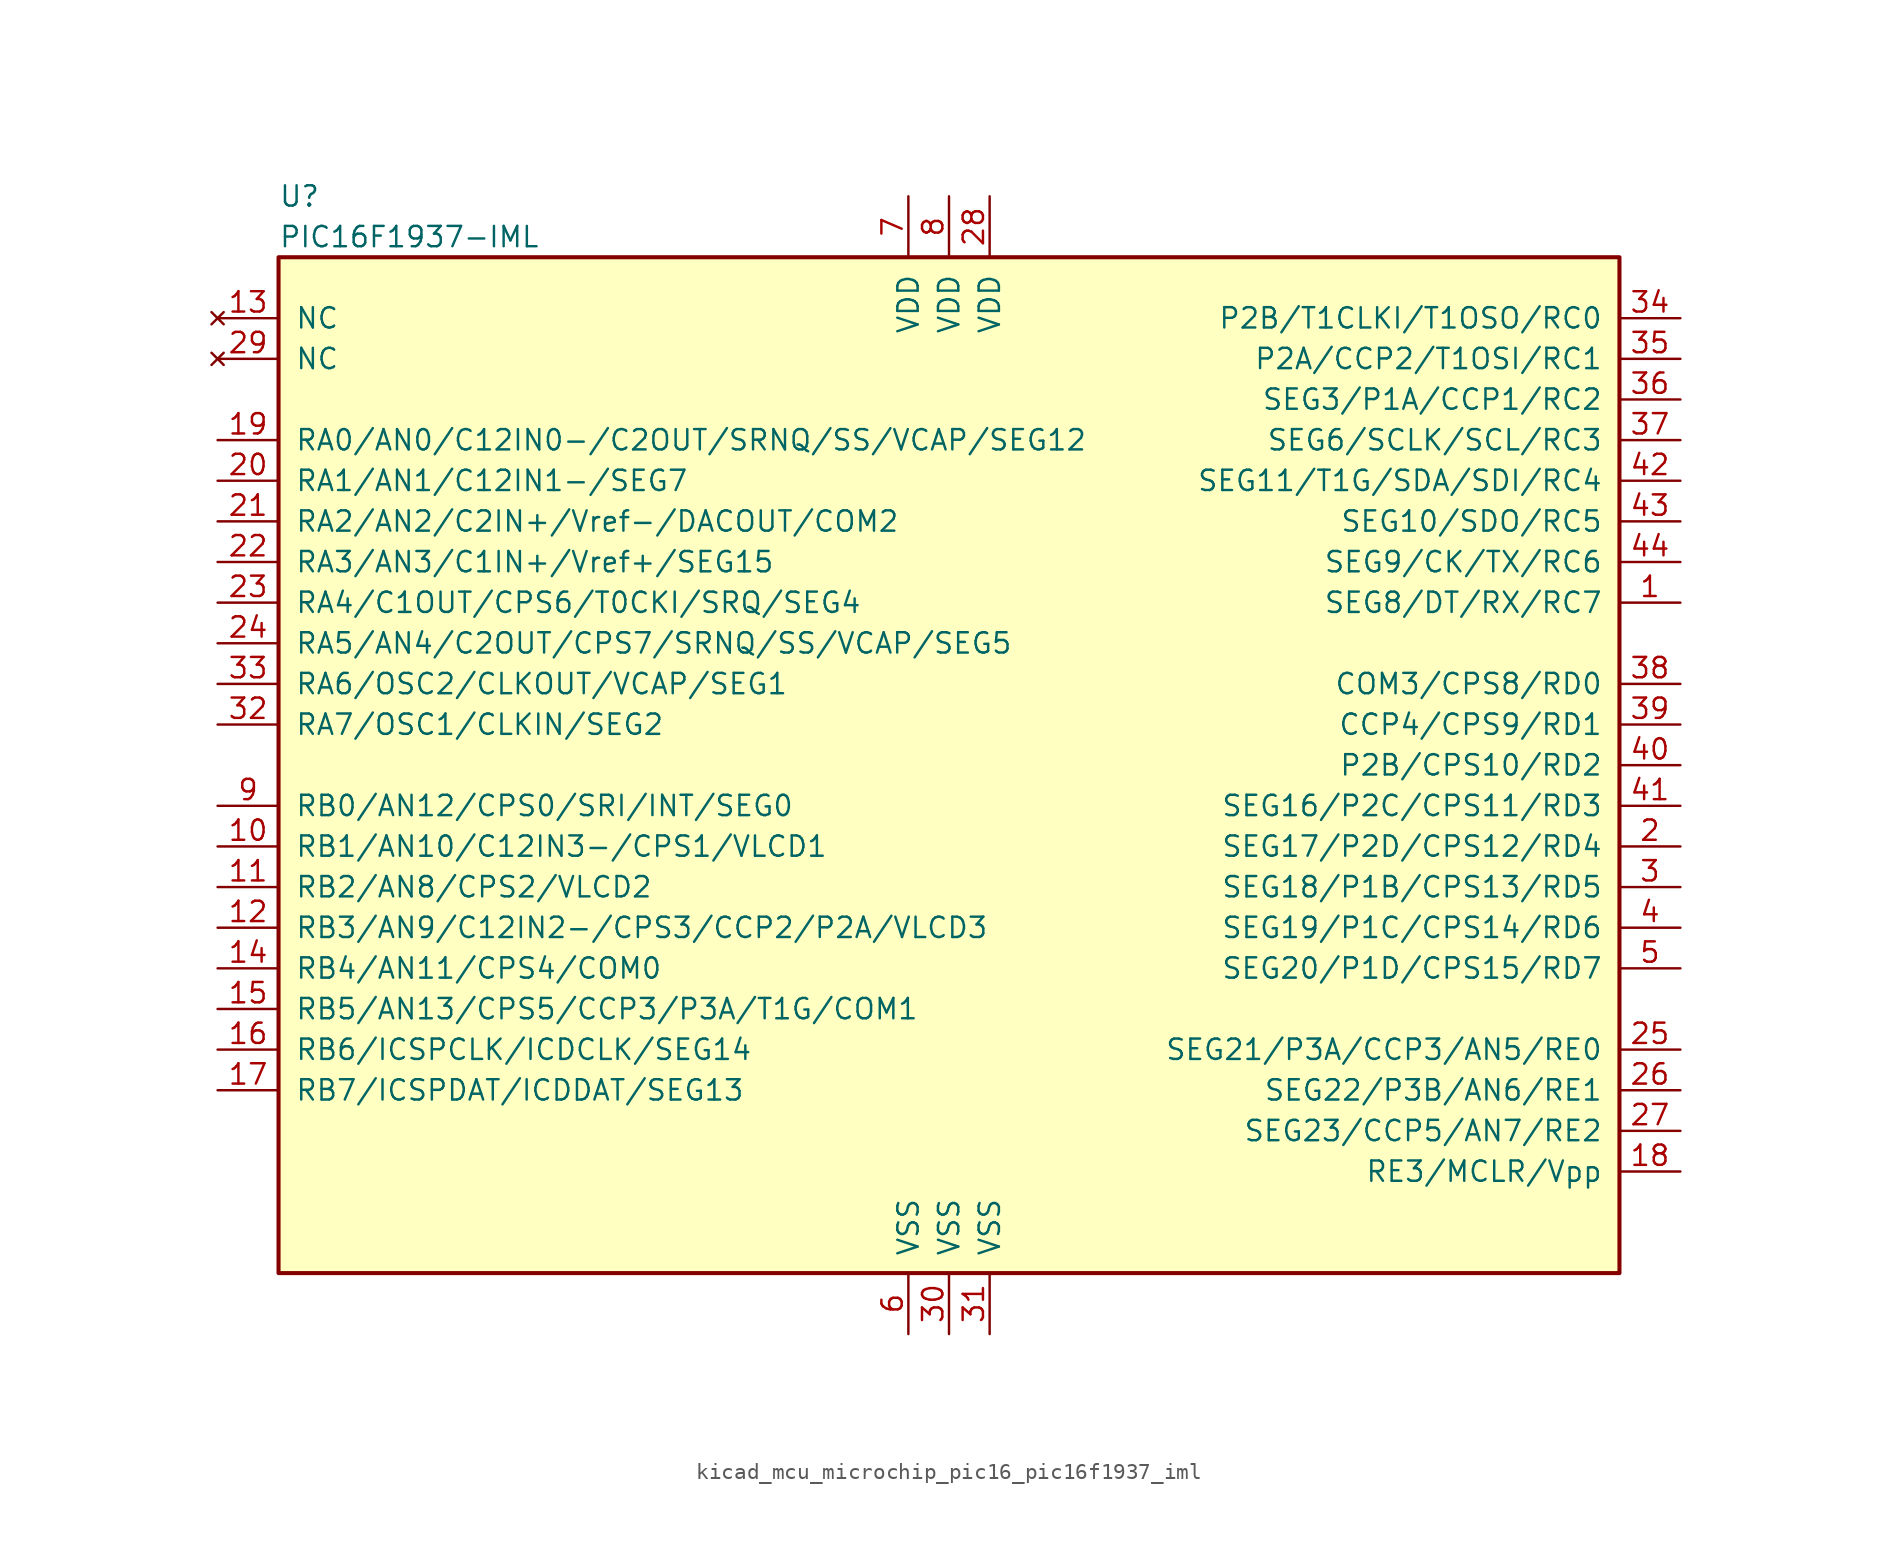
<source format=kicad_sym>
(kicad_symbol_lib
  (version 20220914)
  (generator kicad_symbol_editor)
  (symbol "kicad_mcu_microchip_pic16_pic16f1937_iml"
    (pin_names
      (offset 1.016))
    (property "Reference" "U"
      (at -41.91 35.56 0)
      (effects (font (size 1.27 1.27)) (justify left)))
    (property "Value" "PIC16F1937-IML"
      (at -41.91 33.02 0)
      (effects (font (size 1.27 1.27)) (justify left)))
    (symbol "kicad_mcu_microchip_pic16_pic16f1937_iml_0_1"
      (rectangle (start -41.91 31.75) (end 41.91 -31.75) (stroke (width 0.254) (type default)) (fill (type background))))
    (symbol "kicad_mcu_microchip_pic16_pic16f1937_iml_1_1"
      (pin bidirectional line (at 45.72 10.16 180) (length 3.81) (name "SEG8/DT/RX/RC7" (effects (font (size 1.27 1.27)))) (number "1" (effects (font (size 1.27 1.27)))))
      (pin bidirectional line (at -45.72 -5.08 0) (length 3.81) (name "RB1/AN10/C12IN3-/CPS1/VLCD1" (effects (font (size 1.27 1.27)))) (number "10" (effects (font (size 1.27 1.27)))))
      (pin bidirectional line (at -45.72 -7.62 0) (length 3.81) (name "RB2/AN8/CPS2/VLCD2" (effects (font (size 1.27 1.27)))) (number "11" (effects (font (size 1.27 1.27)))))
      (pin bidirectional line (at -45.72 -10.16 0) (length 3.81) (name "RB3/AN9/C12IN2-/CPS3/CCP2/P2A/VLCD3" (effects (font (size 1.27 1.27)))) (number "12" (effects (font (size 1.27 1.27)))))
      (pin no_connect line (at -45.72 27.94 0) (length 3.81) (name "NC" (effects (font (size 1.27 1.27)))) (number "13" (effects (font (size 1.27 1.27)))))
      (pin bidirectional line (at -45.72 -12.7 0) (length 3.81) (name "RB4/AN11/CPS4/COM0" (effects (font (size 1.27 1.27)))) (number "14" (effects (font (size 1.27 1.27)))))
      (pin bidirectional line (at -45.72 -15.24 0) (length 3.81) (name "RB5/AN13/CPS5/CCP3/P3A/T1G/COM1" (effects (font (size 1.27 1.27)))) (number "15" (effects (font (size 1.27 1.27)))))
      (pin bidirectional line (at -45.72 -17.78 0) (length 3.81) (name "RB6/ICSPCLK/ICDCLK/SEG14" (effects (font (size 1.27 1.27)))) (number "16" (effects (font (size 1.27 1.27)))))
      (pin bidirectional line (at -45.72 -20.32 0) (length 3.81) (name "RB7/ICSPDAT/ICDDAT/SEG13" (effects (font (size 1.27 1.27)))) (number "17" (effects (font (size 1.27 1.27)))))
      (pin bidirectional line (at 45.72 -25.4 180) (length 3.81) (name "RE3/MCLR/Vpp" (effects (font (size 1.27 1.27)))) (number "18" (effects (font (size 1.27 1.27)))))
      (pin bidirectional line (at -45.72 20.32 0) (length 3.81) (name "RA0/AN0/C12IN0-/C2OUT/SRNQ/SS/VCAP/SEG12" (effects (font (size 1.27 1.27)))) (number "19" (effects (font (size 1.27 1.27)))))
      (pin bidirectional line (at 45.72 -5.08 180) (length 3.81) (name "SEG17/P2D/CPS12/RD4" (effects (font (size 1.27 1.27)))) (number "2" (effects (font (size 1.27 1.27)))))
      (pin bidirectional line (at -45.72 17.78 0) (length 3.81) (name "RA1/AN1/C12IN1-/SEG7" (effects (font (size 1.27 1.27)))) (number "20" (effects (font (size 1.27 1.27)))))
      (pin bidirectional line (at -45.72 15.24 0) (length 3.81) (name "RA2/AN2/C2IN+/Vref-/DACOUT/COM2" (effects (font (size 1.27 1.27)))) (number "21" (effects (font (size 1.27 1.27)))))
      (pin bidirectional line (at -45.72 12.7 0) (length 3.81) (name "RA3/AN3/C1IN+/Vref+/SEG15" (effects (font (size 1.27 1.27)))) (number "22" (effects (font (size 1.27 1.27)))))
      (pin bidirectional line (at -45.72 10.16 0) (length 3.81) (name "RA4/C1OUT/CPS6/T0CKI/SRQ/SEG4" (effects (font (size 1.27 1.27)))) (number "23" (effects (font (size 1.27 1.27)))))
      (pin bidirectional line (at -45.72 7.62 0) (length 3.81) (name "RA5/AN4/C2OUT/CPS7/SRNQ/SS/VCAP/SEG5" (effects (font (size 1.27 1.27)))) (number "24" (effects (font (size 1.27 1.27)))))
      (pin bidirectional line (at 45.72 -17.78 180) (length 3.81) (name "SEG21/P3A/CCP3/AN5/RE0" (effects (font (size 1.27 1.27)))) (number "25" (effects (font (size 1.27 1.27)))))
      (pin bidirectional line (at 45.72 -20.32 180) (length 3.81) (name "SEG22/P3B/AN6/RE1" (effects (font (size 1.27 1.27)))) (number "26" (effects (font (size 1.27 1.27)))))
      (pin bidirectional line (at 45.72 -22.86 180) (length 3.81) (name "SEG23/CCP5/AN7/RE2" (effects (font (size 1.27 1.27)))) (number "27" (effects (font (size 1.27 1.27)))))
      (pin power_in line (at 2.54 35.56 270) (length 3.81) (name "VDD" (effects (font (size 1.27 1.27)))) (number "28" (effects (font (size 1.27 1.27)))))
      (pin no_connect line (at -45.72 25.4 0) (length 3.81) (name "NC" (effects (font (size 1.27 1.27)))) (number "29" (effects (font (size 1.27 1.27)))))
      (pin bidirectional line (at 45.72 -7.62 180) (length 3.81) (name "SEG18/P1B/CPS13/RD5" (effects (font (size 1.27 1.27)))) (number "3" (effects (font (size 1.27 1.27)))))
      (pin power_in line (at 0 -35.56 90) (length 3.81) (name "VSS" (effects (font (size 1.27 1.27)))) (number "30" (effects (font (size 1.27 1.27)))))
      (pin power_in line (at 2.54 -35.56 90) (length 3.81) (name "VSS" (effects (font (size 1.27 1.27)))) (number "31" (effects (font (size 1.27 1.27)))))
      (pin bidirectional line (at -45.72 2.54 0) (length 3.81) (name "RA7/OSC1/CLKIN/SEG2" (effects (font (size 1.27 1.27)))) (number "32" (effects (font (size 1.27 1.27)))))
      (pin bidirectional line (at -45.72 5.08 0) (length 3.81) (name "RA6/OSC2/CLKOUT/VCAP/SEG1" (effects (font (size 1.27 1.27)))) (number "33" (effects (font (size 1.27 1.27)))))
      (pin bidirectional line (at 45.72 27.94 180) (length 3.81) (name "P2B/T1CLKI/T1OSO/RC0" (effects (font (size 1.27 1.27)))) (number "34" (effects (font (size 1.27 1.27)))))
      (pin bidirectional line (at 45.72 25.4 180) (length 3.81) (name "P2A/CCP2/T1OSI/RC1" (effects (font (size 1.27 1.27)))) (number "35" (effects (font (size 1.27 1.27)))))
      (pin bidirectional line (at 45.72 22.86 180) (length 3.81) (name "SEG3/P1A/CCP1/RC2" (effects (font (size 1.27 1.27)))) (number "36" (effects (font (size 1.27 1.27)))))
      (pin bidirectional line (at 45.72 20.32 180) (length 3.81) (name "SEG6/SCLK/SCL/RC3" (effects (font (size 1.27 1.27)))) (number "37" (effects (font (size 1.27 1.27)))))
      (pin bidirectional line (at 45.72 5.08 180) (length 3.81) (name "COM3/CPS8/RD0" (effects (font (size 1.27 1.27)))) (number "38" (effects (font (size 1.27 1.27)))))
      (pin bidirectional line (at 45.72 2.54 180) (length 3.81) (name "CCP4/CPS9/RD1" (effects (font (size 1.27 1.27)))) (number "39" (effects (font (size 1.27 1.27)))))
      (pin bidirectional line (at 45.72 -10.16 180) (length 3.81) (name "SEG19/P1C/CPS14/RD6" (effects (font (size 1.27 1.27)))) (number "4" (effects (font (size 1.27 1.27)))))
      (pin bidirectional line (at 45.72 0 180) (length 3.81) (name "P2B/CPS10/RD2" (effects (font (size 1.27 1.27)))) (number "40" (effects (font (size 1.27 1.27)))))
      (pin bidirectional line (at 45.72 -2.54 180) (length 3.81) (name "SEG16/P2C/CPS11/RD3" (effects (font (size 1.27 1.27)))) (number "41" (effects (font (size 1.27 1.27)))))
      (pin bidirectional line (at 45.72 17.78 180) (length 3.81) (name "SEG11/T1G/SDA/SDI/RC4" (effects (font (size 1.27 1.27)))) (number "42" (effects (font (size 1.27 1.27)))))
      (pin bidirectional line (at 45.72 15.24 180) (length 3.81) (name "SEG10/SDO/RC5" (effects (font (size 1.27 1.27)))) (number "43" (effects (font (size 1.27 1.27)))))
      (pin bidirectional line (at 45.72 12.7 180) (length 3.81) (name "SEG9/CK/TX/RC6" (effects (font (size 1.27 1.27)))) (number "44" (effects (font (size 1.27 1.27)))))
      (pin bidirectional line (at 45.72 -12.7 180) (length 3.81) (name "SEG20/P1D/CPS15/RD7" (effects (font (size 1.27 1.27)))) (number "5" (effects (font (size 1.27 1.27)))))
      (pin bidirectional line (at -2.54 -35.56 90) (length 3.81) (name "VSS" (effects (font (size 1.27 1.27)))) (number "6" (effects (font (size 1.27 1.27)))))
      (pin bidirectional line (at -2.54 35.56 270) (length 3.81) (name "VDD" (effects (font (size 1.27 1.27)))) (number "7" (effects (font (size 1.27 1.27)))))
      (pin bidirectional line (at 0 35.56 270) (length 3.81) (name "VDD" (effects (font (size 1.27 1.27)))) (number "8" (effects (font (size 1.27 1.27)))))
      (pin bidirectional line (at -45.72 -2.54 0) (length 3.81) (name "RB0/AN12/CPS0/SRI/INT/SEG0" (effects (font (size 1.27 1.27)))) (number "9" (effects (font (size 1.27 1.27))))))))
</source>
